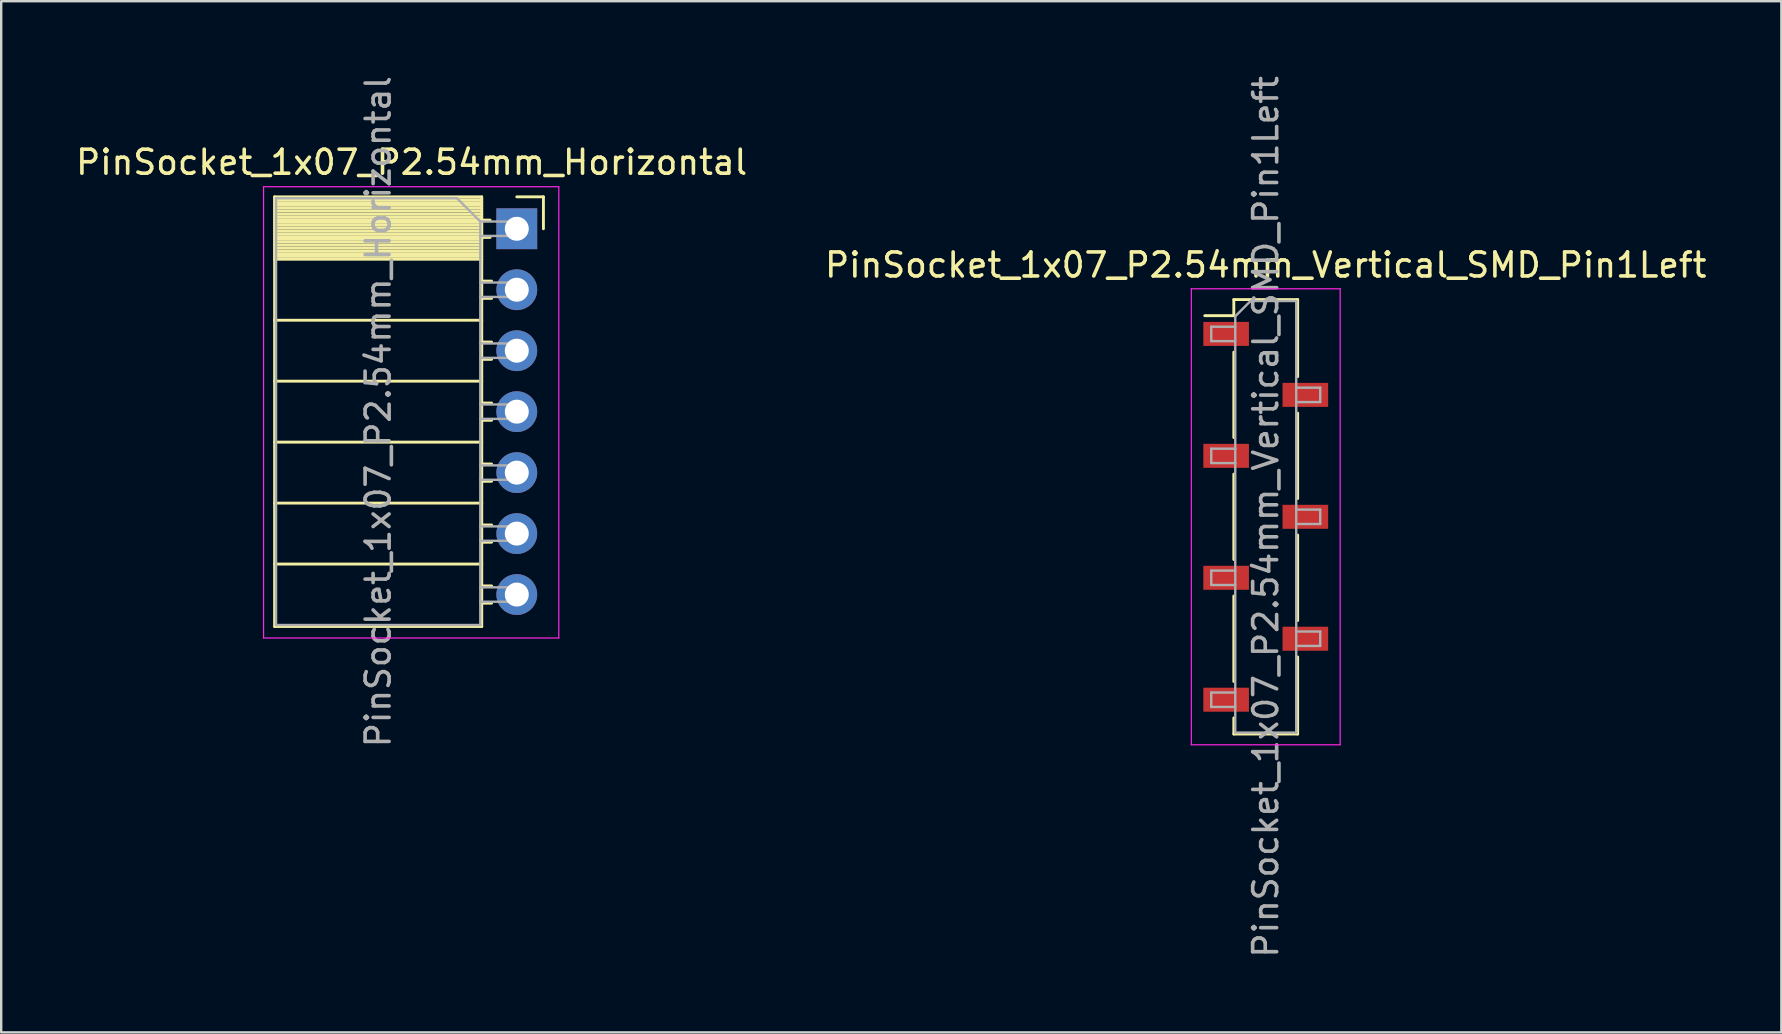
<source format=kicad_pcb>
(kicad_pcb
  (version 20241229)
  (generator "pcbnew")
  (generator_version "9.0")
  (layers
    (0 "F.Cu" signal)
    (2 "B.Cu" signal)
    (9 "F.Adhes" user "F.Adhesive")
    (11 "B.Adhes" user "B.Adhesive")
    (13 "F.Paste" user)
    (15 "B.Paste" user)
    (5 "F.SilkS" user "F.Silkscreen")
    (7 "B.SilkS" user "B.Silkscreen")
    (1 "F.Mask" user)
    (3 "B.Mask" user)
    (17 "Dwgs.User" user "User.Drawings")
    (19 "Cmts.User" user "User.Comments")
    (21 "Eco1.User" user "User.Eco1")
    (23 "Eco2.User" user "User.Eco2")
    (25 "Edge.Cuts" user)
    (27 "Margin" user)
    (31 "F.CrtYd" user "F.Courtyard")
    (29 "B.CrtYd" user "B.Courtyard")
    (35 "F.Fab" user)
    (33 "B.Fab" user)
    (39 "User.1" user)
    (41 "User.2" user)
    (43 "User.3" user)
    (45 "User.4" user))
  (footprint "PinSocket_1x07_P2.54mm_Horizontal"
    (layer "F.Cu")
    (at 18.481 6.481)
    (property "Reference" "PinSocket_1x07_P2.54mm_Horizontal" (at -4.38 -2.77 0) (layer "F.SilkS") (effects (font (size 1 1) (thickness 0.15))))
    (attr through_hole)
    (fp_line (start -10.09 -1.33) (end -10.09 16.57) (stroke (width 0.12) (type solid)) (layer "F.SilkS"))
    (fp_line (start -10.09 -1.33) (end -1.46 -1.33) (stroke (width 0.12) (type solid)) (layer "F.SilkS"))
    (fp_line (start -10.09 -1.21) (end -1.46 -1.21) (stroke (width 0.12) (type solid)) (layer "F.SilkS"))
    (fp_line (start -10.09 -1.092) (end -1.46 -1.092) (stroke (width 0.12) (type solid)) (layer "F.SilkS"))
    (fp_line (start -10.09 -0.974) (end -1.46 -0.974) (stroke (width 0.12) (type solid)) (layer "F.SilkS"))
    (fp_line (start -10.09 -0.856) (end -1.46 -0.856) (stroke (width 0.12) (type solid)) (layer "F.SilkS"))
    (fp_line (start -10.09 -0.738) (end -1.46 -0.738) (stroke (width 0.12) (type solid)) (layer "F.SilkS"))
    (fp_line (start -10.09 -0.62) (end -1.46 -0.62) (stroke (width 0.12) (type solid)) (layer "F.SilkS"))
    (fp_line (start -10.09 -0.501) (end -1.46 -0.501) (stroke (width 0.12) (type solid)) (layer "F.SilkS"))
    (fp_line (start -10.09 -0.383) (end -1.46 -0.383) (stroke (width 0.12) (type solid)) (layer "F.SilkS"))
    (fp_line (start -10.09 -0.265) (end -1.46 -0.265) (stroke (width 0.12) (type solid)) (layer "F.SilkS"))
    (fp_line (start -10.09 -0.147) (end -1.46 -0.147) (stroke (width 0.12) (type solid)) (layer "F.SilkS"))
    (fp_line (start -10.09 -0.029) (end -1.46 -0.029) (stroke (width 0.12) (type solid)) (layer "F.SilkS"))
    (fp_line (start -10.09 0.089) (end -1.46 0.089) (stroke (width 0.12) (type solid)) (layer "F.SilkS"))
    (fp_line (start -10.09 0.207) (end -1.46 0.207) (stroke (width 0.12) (type solid)) (layer "F.SilkS"))
    (fp_line (start -10.09 0.325) (end -1.46 0.325) (stroke (width 0.12) (type solid)) (layer "F.SilkS"))
    (fp_line (start -10.09 0.443) (end -1.46 0.443) (stroke (width 0.12) (type solid)) (layer "F.SilkS"))
    (fp_line (start -10.09 0.561) (end -1.46 0.561) (stroke (width 0.12) (type solid)) (layer "F.SilkS"))
    (fp_line (start -10.09 0.68) (end -1.46 0.68) (stroke (width 0.12) (type solid)) (layer "F.SilkS"))
    (fp_line (start -10.09 0.798) (end -1.46 0.798) (stroke (width 0.12) (type solid)) (layer "F.SilkS"))
    (fp_line (start -10.09 0.916) (end -1.46 0.916) (stroke (width 0.12) (type solid)) (layer "F.SilkS"))
    (fp_line (start -10.09 1.034) (end -1.46 1.034) (stroke (width 0.12) (type solid)) (layer "F.SilkS"))
    (fp_line (start -10.09 1.152) (end -1.46 1.152) (stroke (width 0.12) (type solid)) (layer "F.SilkS"))
    (fp_line (start -10.09 1.27) (end -1.46 1.27) (stroke (width 0.12) (type solid)) (layer "F.SilkS"))
    (fp_line (start -10.09 3.81) (end -1.46 3.81) (stroke (width 0.12) (type solid)) (layer "F.SilkS"))
    (fp_line (start -10.09 6.35) (end -1.46 6.35) (stroke (width 0.12) (type solid)) (layer "F.SilkS"))
    (fp_line (start -10.09 8.89) (end -1.46 8.89) (stroke (width 0.12) (type solid)) (layer "F.SilkS"))
    (fp_line (start -10.09 11.43) (end -1.46 11.43) (stroke (width 0.12) (type solid)) (layer "F.SilkS"))
    (fp_line (start -10.09 13.97) (end -1.46 13.97) (stroke (width 0.12) (type solid)) (layer "F.SilkS"))
    (fp_line (start -10.09 16.57) (end -1.46 16.57) (stroke (width 0.12) (type solid)) (layer "F.SilkS"))
    (fp_line (start -1.46 -1.33) (end -1.46 16.57) (stroke (width 0.12) (type solid)) (layer "F.SilkS"))
    (fp_line (start -1.46 -0.36) (end -1.11 -0.36) (stroke (width 0.12) (type solid)) (layer "F.SilkS"))
    (fp_line (start -1.46 0.36) (end -1.11 0.36) (stroke (width 0.12) (type solid)) (layer "F.SilkS"))
    (fp_line (start -1.46 2.18) (end -1.05 2.18) (stroke (width 0.12) (type solid)) (layer "F.SilkS"))
    (fp_line (start -1.46 2.9) (end -1.05 2.9) (stroke (width 0.12) (type solid)) (layer "F.SilkS"))
    (fp_line (start -1.46 4.72) (end -1.05 4.72) (stroke (width 0.12) (type solid)) (layer "F.SilkS"))
    (fp_line (start -1.46 5.44) (end -1.05 5.44) (stroke (width 0.12) (type solid)) (layer "F.SilkS"))
    (fp_line (start -1.46 7.26) (end -1.05 7.26) (stroke (width 0.12) (type solid)) (layer "F.SilkS"))
    (fp_line (start -1.46 7.98) (end -1.05 7.98) (stroke (width 0.12) (type solid)) (layer "F.SilkS"))
    (fp_line (start -1.46 9.8) (end -1.05 9.8) (stroke (width 0.12) (type solid)) (layer "F.SilkS"))
    (fp_line (start -1.46 10.52) (end -1.05 10.52) (stroke (width 0.12) (type solid)) (layer "F.SilkS"))
    (fp_line (start -1.46 12.34) (end -1.05 12.34) (stroke (width 0.12) (type solid)) (layer "F.SilkS"))
    (fp_line (start -1.46 13.06) (end -1.05 13.06) (stroke (width 0.12) (type solid)) (layer "F.SilkS"))
    (fp_line (start -1.46 14.88) (end -1.05 14.88) (stroke (width 0.12) (type solid)) (layer "F.SilkS"))
    (fp_line (start -1.46 15.6) (end -1.05 15.6) (stroke (width 0.12) (type solid)) (layer "F.SilkS"))
    (fp_line (start 0 -1.33) (end 1.11 -1.33) (stroke (width 0.12) (type solid)) (layer "F.SilkS"))
    (fp_line (start 1.11 -1.33) (end 1.11 0) (stroke (width 0.12) (type solid)) (layer "F.SilkS"))
    (fp_line (start -10.55 -1.75) (end -10.55 17.05) (stroke (width 0.05) (type solid)) (layer "F.CrtYd"))
    (fp_line (start -10.55 17.05) (end 1.75 17.05) (stroke (width 0.05) (type solid)) (layer "F.CrtYd"))
    (fp_line (start 1.75 -1.75) (end -10.55 -1.75) (stroke (width 0.05) (type solid)) (layer "F.CrtYd"))
    (fp_line (start 1.75 17.05) (end 1.75 -1.75) (stroke (width 0.05) (type solid)) (layer "F.CrtYd"))
    (fp_line (start -10.03 -1.27) (end -2.49 -1.27) (stroke (width 0.1) (type solid)) (layer "F.Fab"))
    (fp_line (start -10.03 16.51) (end -10.03 -1.27) (stroke (width 0.1) (type solid)) (layer "F.Fab"))
    (fp_line (start -2.49 -1.27) (end -1.52 -0.3) (stroke (width 0.1) (type solid)) (layer "F.Fab"))
    (fp_line (start -1.52 -0.3) (end -1.52 16.51) (stroke (width 0.1) (type solid)) (layer "F.Fab"))
    (fp_line (start -1.52 0.3) (end 0 0.3) (stroke (width 0.1) (type solid)) (layer "F.Fab"))
    (fp_line (start -1.52 2.84) (end 0 2.84) (stroke (width 0.1) (type solid)) (layer "F.Fab"))
    (fp_line (start -1.52 5.38) (end 0 5.38) (stroke (width 0.1) (type solid)) (layer "F.Fab"))
    (fp_line (start -1.52 7.92) (end 0 7.92) (stroke (width 0.1) (type solid)) (layer "F.Fab"))
    (fp_line (start -1.52 10.46) (end 0 10.46) (stroke (width 0.1) (type solid)) (layer "F.Fab"))
    (fp_line (start -1.52 13) (end 0 13) (stroke (width 0.1) (type solid)) (layer "F.Fab"))
    (fp_line (start -1.52 15.54) (end 0 15.54) (stroke (width 0.1) (type solid)) (layer "F.Fab"))
    (fp_line (start -1.52 16.51) (end -10.03 16.51) (stroke (width 0.1) (type solid)) (layer "F.Fab"))
    (fp_line (start 0 -0.3) (end -1.52 -0.3) (stroke (width 0.1) (type solid)) (layer "F.Fab"))
    (fp_line (start 0 0.3) (end 0 -0.3) (stroke (width 0.1) (type solid)) (layer "F.Fab"))
    (fp_line (start 0 2.24) (end -1.52 2.24) (stroke (width 0.1) (type solid)) (layer "F.Fab"))
    (fp_line (start 0 2.84) (end 0 2.24) (stroke (width 0.1) (type solid)) (layer "F.Fab"))
    (fp_line (start 0 4.78) (end -1.52 4.78) (stroke (width 0.1) (type solid)) (layer "F.Fab"))
    (fp_line (start 0 5.38) (end 0 4.78) (stroke (width 0.1) (type solid)) (layer "F.Fab"))
    (fp_line (start 0 7.32) (end -1.52 7.32) (stroke (width 0.1) (type solid)) (layer "F.Fab"))
    (fp_line (start 0 7.92) (end 0 7.32) (stroke (width 0.1) (type solid)) (layer "F.Fab"))
    (fp_line (start 0 9.86) (end -1.52 9.86) (stroke (width 0.1) (type solid)) (layer "F.Fab"))
    (fp_line (start 0 10.46) (end 0 9.86) (stroke (width 0.1) (type solid)) (layer "F.Fab"))
    (fp_line (start 0 12.4) (end -1.52 12.4) (stroke (width 0.1) (type solid)) (layer "F.Fab"))
    (fp_line (start 0 13) (end 0 12.4) (stroke (width 0.1) (type solid)) (layer "F.Fab"))
    (fp_line (start 0 14.94) (end -1.52 14.94) (stroke (width 0.1) (type solid)) (layer "F.Fab"))
    (fp_line (start 0 15.54) (end 0 14.94) (stroke (width 0.1) (type solid)) (layer "F.Fab"))
    (fp_text user "${REFERENCE}" (at -5.775 7.62 90) (layer "F.Fab") (effects (font (size 1 1) (thickness 0.15))))
    (pad "1" thru_hole rect (at 0 0) (size 1.7 1.7) (drill 1) (layers "*.Cu" "*.Mask"))
    (pad "2" thru_hole oval (at 0 2.54) (size 1.7 1.7) (drill 1) (layers "*.Cu" "*.Mask"))
    (pad "3" thru_hole oval (at 0 5.08) (size 1.7 1.7) (drill 1) (layers "*.Cu" "*.Mask"))
    (pad "4" thru_hole oval (at 0 7.62) (size 1.7 1.7) (drill 1) (layers "*.Cu" "*.Mask"))
    (pad "5" thru_hole oval (at 0 10.16) (size 1.7 1.7) (drill 1) (layers "*.Cu" "*.Mask"))
    (pad "6" thru_hole oval (at 0 12.7) (size 1.7 1.7) (drill 1) (layers "*.Cu" "*.Mask"))
    (pad "7" thru_hole oval (at 0 15.24) (size 1.7 1.7) (drill 1) (layers "*.Cu" "*.Mask")))
  (footprint "PinSocket_1x07_P2.54mm_Vertical_SMD_Pin1Left"
    (layer "F.Cu")
    (at 49.685 18.482)
    (property "Reference" "PinSocket_1x07_P2.54mm_Vertical_SMD_Pin1Left" (at 0 -10.49 0) (layer "F.SilkS") (effects (font (size 1 1) (thickness 0.15))))
    (attr smd)
    (fp_line (start -2.54 -8.38) (end -1.33 -8.38) (stroke (width 0.12) (type solid)) (layer "F.SilkS"))
    (fp_line (start -1.33 -9.05) (end -1.33 -8.38) (stroke (width 0.12) (type solid)) (layer "F.SilkS"))
    (fp_line (start -1.33 -9.05) (end 1.33 -9.05) (stroke (width 0.12) (type solid)) (layer "F.SilkS"))
    (fp_line (start -1.33 -6.86) (end -1.33 -3.3) (stroke (width 0.12) (type solid)) (layer "F.SilkS"))
    (fp_line (start -1.33 -1.78) (end -1.33 1.78) (stroke (width 0.12) (type solid)) (layer "F.SilkS"))
    (fp_line (start -1.33 3.3) (end -1.33 6.86) (stroke (width 0.12) (type solid)) (layer "F.SilkS"))
    (fp_line (start -1.33 8.38) (end -1.33 9.05) (stroke (width 0.12) (type solid)) (layer "F.SilkS"))
    (fp_line (start -1.33 9.05) (end 1.33 9.05) (stroke (width 0.12) (type solid)) (layer "F.SilkS"))
    (fp_line (start 1.33 -9.05) (end 1.33 -5.84) (stroke (width 0.12) (type solid)) (layer "F.SilkS"))
    (fp_line (start 1.33 -4.32) (end 1.33 -0.76) (stroke (width 0.12) (type solid)) (layer "F.SilkS"))
    (fp_line (start 1.33 0.76) (end 1.33 4.32) (stroke (width 0.12) (type solid)) (layer "F.SilkS"))
    (fp_line (start 1.33 5.84) (end 1.33 9.05) (stroke (width 0.12) (type solid)) (layer "F.SilkS"))
    (fp_line (start -3.1 -9.5) (end 3.1 -9.5) (stroke (width 0.05) (type solid)) (layer "F.CrtYd"))
    (fp_line (start -3.1 9.5) (end -3.1 -9.5) (stroke (width 0.05) (type solid)) (layer "F.CrtYd"))
    (fp_line (start 3.1 -9.5) (end 3.1 9.5) (stroke (width 0.05) (type solid)) (layer "F.CrtYd"))
    (fp_line (start 3.1 9.5) (end -3.1 9.5) (stroke (width 0.05) (type solid)) (layer "F.CrtYd"))
    (fp_line (start -2.27 -7.92) (end -1.27 -7.92) (stroke (width 0.1) (type solid)) (layer "F.Fab"))
    (fp_line (start -2.27 -7.32) (end -2.27 -7.92) (stroke (width 0.1) (type solid)) (layer "F.Fab"))
    (fp_line (start -2.27 -2.84) (end -1.27 -2.84) (stroke (width 0.1) (type solid)) (layer "F.Fab"))
    (fp_line (start -2.27 -2.24) (end -2.27 -2.84) (stroke (width 0.1) (type solid)) (layer "F.Fab"))
    (fp_line (start -2.27 2.24) (end -1.27 2.24) (stroke (width 0.1) (type solid)) (layer "F.Fab"))
    (fp_line (start -2.27 2.84) (end -2.27 2.24) (stroke (width 0.1) (type solid)) (layer "F.Fab"))
    (fp_line (start -2.27 7.32) (end -1.27 7.32) (stroke (width 0.1) (type solid)) (layer "F.Fab"))
    (fp_line (start -2.27 7.92) (end -2.27 7.32) (stroke (width 0.1) (type solid)) (layer "F.Fab"))
    (fp_line (start -1.27 -8.355) (end -0.635 -8.99) (stroke (width 0.1) (type solid)) (layer "F.Fab"))
    (fp_line (start -1.27 -7.32) (end -2.27 -7.32) (stroke (width 0.1) (type solid)) (layer "F.Fab"))
    (fp_line (start -1.27 -2.24) (end -2.27 -2.24) (stroke (width 0.1) (type solid)) (layer "F.Fab"))
    (fp_line (start -1.27 2.84) (end -2.27 2.84) (stroke (width 0.1) (type solid)) (layer "F.Fab"))
    (fp_line (start -1.27 7.92) (end -2.27 7.92) (stroke (width 0.1) (type solid)) (layer "F.Fab"))
    (fp_line (start -1.27 8.99) (end -1.27 -8.355) (stroke (width 0.1) (type solid)) (layer "F.Fab"))
    (fp_line (start -0.635 -8.99) (end 1.27 -8.99) (stroke (width 0.1) (type solid)) (layer "F.Fab"))
    (fp_line (start 1.27 -8.99) (end 1.27 8.99) (stroke (width 0.1) (type solid)) (layer "F.Fab"))
    (fp_line (start 1.27 -5.38) (end 2.27 -5.38) (stroke (width 0.1) (type solid)) (layer "F.Fab"))
    (fp_line (start 1.27 -0.3) (end 2.27 -0.3) (stroke (width 0.1) (type solid)) (layer "F.Fab"))
    (fp_line (start 1.27 4.78) (end 2.27 4.78) (stroke (width 0.1) (type solid)) (layer "F.Fab"))
    (fp_line (start 1.27 8.99) (end -1.27 8.99) (stroke (width 0.1) (type solid)) (layer "F.Fab"))
    (fp_line (start 2.27 -5.38) (end 2.27 -4.78) (stroke (width 0.1) (type solid)) (layer "F.Fab"))
    (fp_line (start 2.27 -4.78) (end 1.27 -4.78) (stroke (width 0.1) (type solid)) (layer "F.Fab"))
    (fp_line (start 2.27 -0.3) (end 2.27 0.3) (stroke (width 0.1) (type solid)) (layer "F.Fab"))
    (fp_line (start 2.27 0.3) (end 1.27 0.3) (stroke (width 0.1) (type solid)) (layer "F.Fab"))
    (fp_line (start 2.27 4.78) (end 2.27 5.38) (stroke (width 0.1) (type solid)) (layer "F.Fab"))
    (fp_line (start 2.27 5.38) (end 1.27 5.38) (stroke (width 0.1) (type solid)) (layer "F.Fab"))
    (fp_text user "${REFERENCE}" (at 0 0 90) (layer "F.Fab") (effects (font (size 1 1) (thickness 0.15))))
    (pad "1" smd rect (at -1.65 -7.62) (size 1.9 1) (layers "F.Cu" "F.Mask" "F.Paste"))
    (pad "2" smd rect (at 1.65 -5.08) (size 1.9 1) (layers "F.Cu" "F.Mask" "F.Paste"))
    (pad "3" smd rect (at -1.65 -2.54) (size 1.9 1) (layers "F.Cu" "F.Mask" "F.Paste"))
    (pad "4" smd rect (at 1.65 0) (size 1.9 1) (layers "F.Cu" "F.Mask" "F.Paste"))
    (pad "5" smd rect (at -1.65 2.54) (size 1.9 1) (layers "F.Cu" "F.Mask" "F.Paste"))
    (pad "6" smd rect (at 1.65 5.08) (size 1.9 1) (layers "F.Cu" "F.Mask" "F.Paste"))
    (pad "7" smd rect (at -1.65 7.62) (size 1.9 1) (layers "F.Cu" "F.Mask" "F.Paste")))
  (gr_rect
    (start -3 -3)
    (end 71.167 39.964)
    (stroke (width 0.1) (type default))
    (fill no)
    (layer "Edge.Cuts")))
</source>
